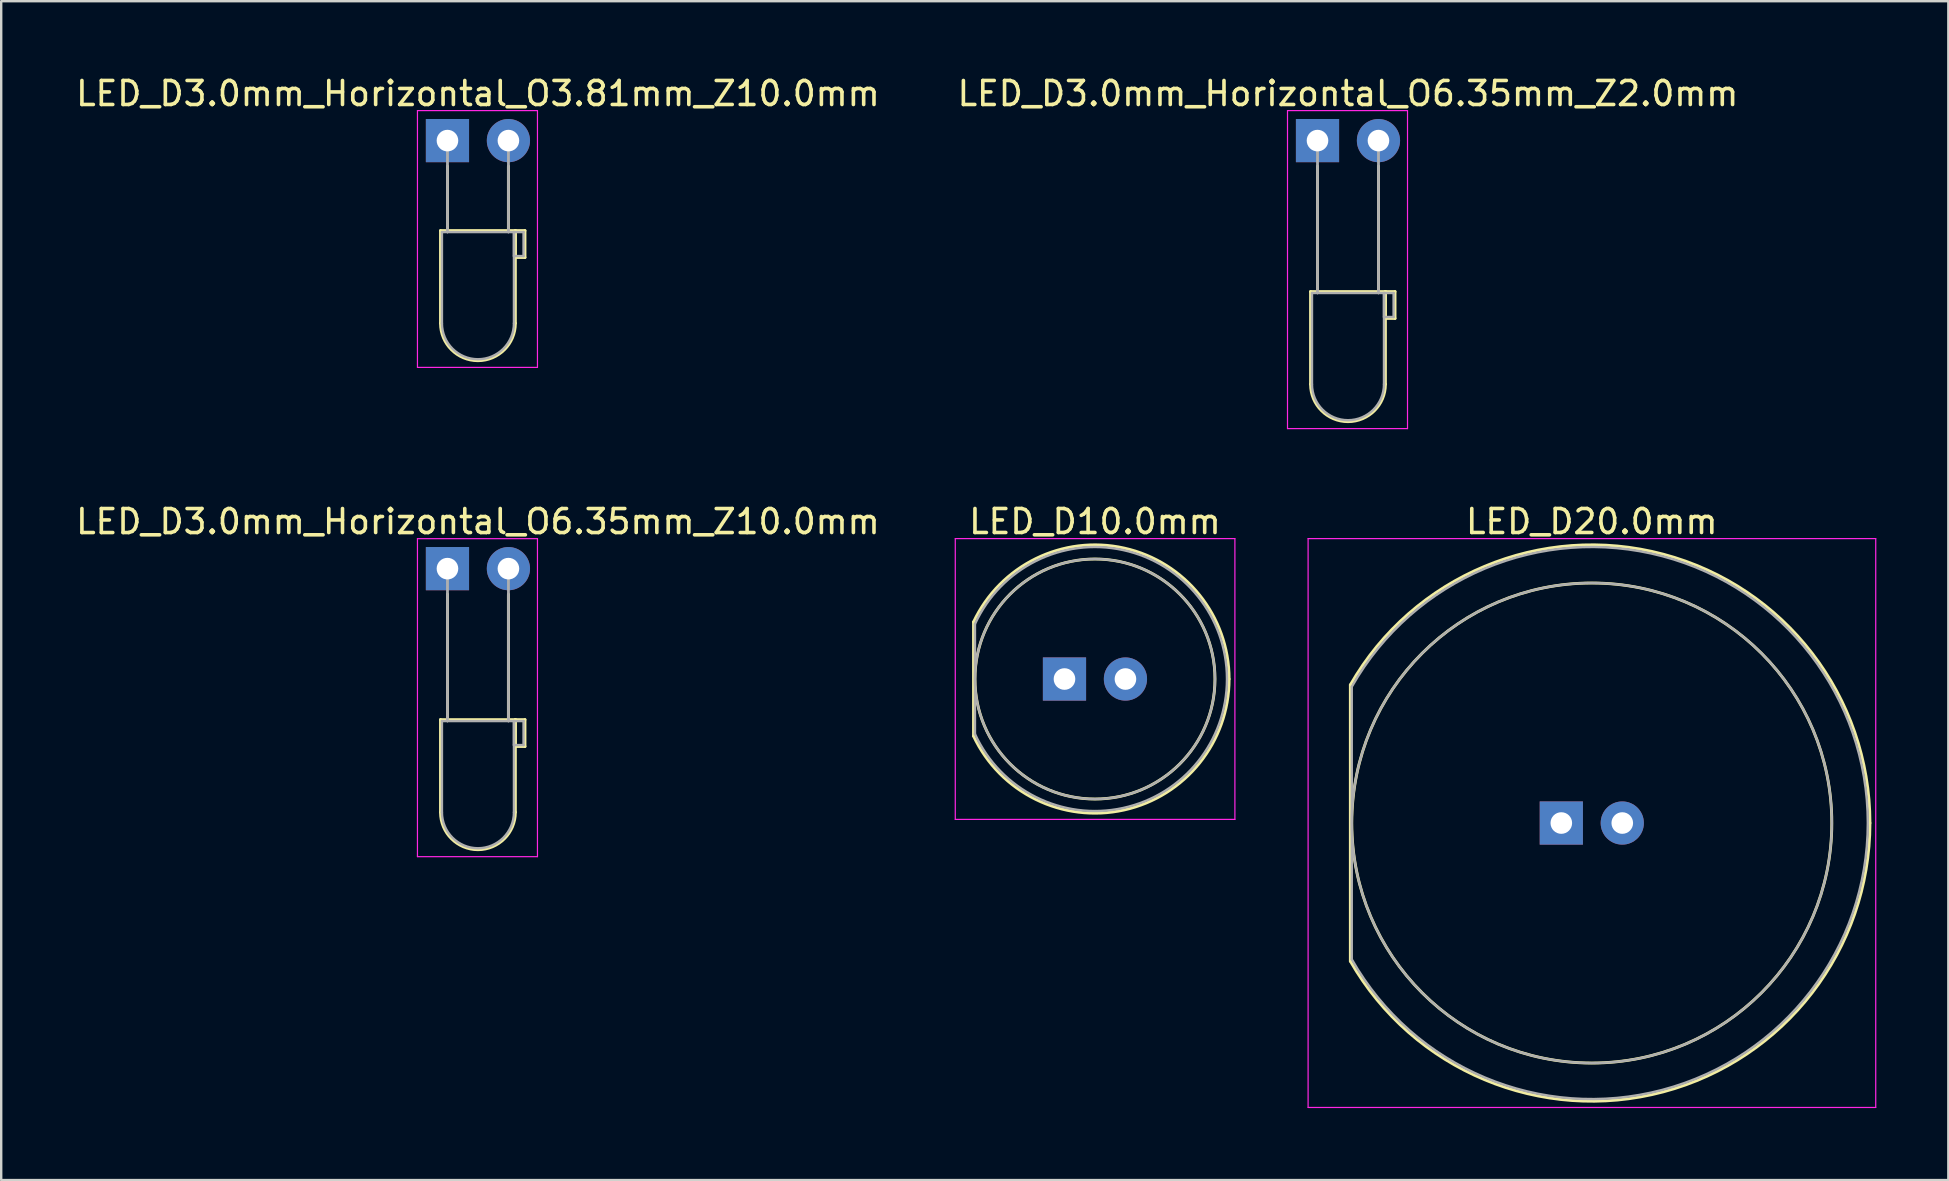
<source format=kicad_pcb>
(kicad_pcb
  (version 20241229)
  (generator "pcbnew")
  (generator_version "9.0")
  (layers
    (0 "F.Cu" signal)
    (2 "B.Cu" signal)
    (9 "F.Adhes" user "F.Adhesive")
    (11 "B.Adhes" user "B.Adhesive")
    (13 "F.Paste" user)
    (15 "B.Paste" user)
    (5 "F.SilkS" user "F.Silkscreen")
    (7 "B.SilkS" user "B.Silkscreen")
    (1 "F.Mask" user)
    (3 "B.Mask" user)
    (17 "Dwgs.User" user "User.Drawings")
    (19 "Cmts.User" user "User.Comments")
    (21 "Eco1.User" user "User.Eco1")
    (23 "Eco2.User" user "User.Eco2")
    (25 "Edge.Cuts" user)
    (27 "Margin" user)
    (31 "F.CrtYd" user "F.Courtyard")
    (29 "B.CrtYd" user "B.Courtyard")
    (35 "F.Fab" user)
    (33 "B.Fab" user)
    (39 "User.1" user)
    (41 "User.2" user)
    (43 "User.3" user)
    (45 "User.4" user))
  (footprint "LED_D20.0mm"
    (layer "F.Cu")
    (at 62.001 31.241)
    (property "Reference" "LED_D20.0mm" (at 1.27 -12.56 0) (layer "F.SilkS") (effects (font (size 1 1) (thickness 0.15))))
    (attr through_hole)
    (fp_line (start -8.79 -5.756) (end -8.79 5.756) (stroke (width 0.12) (type solid)) (layer "F.SilkS"))
    (fp_arc (start -8.79 -5.755389) (mid 4.245115 -11.201643) (end 12.859999 -0.00523) (stroke (width 0.12) (type solid)) (layer "F.SilkS"))
    (fp_arc (start 12.859999 0.00523) (mid 4.245115 11.201643) (end -8.79 5.755389) (stroke (width 0.12) (type solid)) (layer "F.SilkS"))
    (fp_circle (center 1.27 0) (end 11.27 0) (stroke (width 0.12) (type solid)) (fill no) (layer "F.SilkS"))
    (fp_line (start -10.55 -11.85) (end -10.55 11.85) (stroke (width 0.05) (type solid)) (layer "F.CrtYd"))
    (fp_line (start -10.55 11.85) (end 13.1 11.85) (stroke (width 0.05) (type solid)) (layer "F.CrtYd"))
    (fp_line (start 13.1 -11.85) (end -10.55 -11.85) (stroke (width 0.05) (type solid)) (layer "F.CrtYd"))
    (fp_line (start 13.1 11.85) (end 13.1 -11.85) (stroke (width 0.05) (type solid)) (layer "F.CrtYd"))
    (fp_line (start -8.73 -5.679) (end -8.73 5.679) (stroke (width 0.1) (type solid)) (layer "F.Fab"))
    (fp_arc (start -8.73 -5.678908) (mid 12.77 -0.001637) (end -8.728383 5.681755) (stroke (width 0.1) (type solid)) (layer "F.Fab"))
    (fp_circle (center 1.27 0) (end 11.27 0) (stroke (width 0.1) (type solid)) (fill no) (layer "F.Fab"))
    (pad "1" thru_hole rect (at 0 0) (size 1.8 1.8) (drill 0.9) (layers "*.Cu" "*.Mask"))
    (pad "2" thru_hole circle (at 2.54 0) (size 1.8 1.8) (drill 0.9) (layers "*.Cu" "*.Mask")))
  (footprint "LED_D3.0mm_Horizontal_O6.35mm_Z10.0mm"
    (layer "F.Cu")
    (at 15.593 20.642)
    (property "Reference" "LED_D3.0mm_Horizontal_O6.35mm_Z10.0mm" (at 1.27 -1.96 0) (layer "F.SilkS") (effects (font (size 1 1) (thickness 0.15))))
    (attr through_hole)
    (fp_line (start -0.29 6.29) (end -0.29 10.15) (stroke (width 0.12) (type solid)) (layer "F.SilkS"))
    (fp_line (start -0.29 6.29) (end 2.83 6.29) (stroke (width 0.12) (type solid)) (layer "F.SilkS"))
    (fp_line (start 0 1.08) (end 0 1.08) (stroke (width 0.12) (type solid)) (layer "F.SilkS"))
    (fp_line (start 0 1.08) (end 0 6.29) (stroke (width 0.12) (type solid)) (layer "F.SilkS"))
    (fp_line (start 0 6.29) (end 0 1.08) (stroke (width 0.12) (type solid)) (layer "F.SilkS"))
    (fp_line (start 0 6.29) (end 0 6.29) (stroke (width 0.12) (type solid)) (layer "F.SilkS"))
    (fp_line (start 2.54 1.08) (end 2.54 1.08) (stroke (width 0.12) (type solid)) (layer "F.SilkS"))
    (fp_line (start 2.54 1.08) (end 2.54 6.29) (stroke (width 0.12) (type solid)) (layer "F.SilkS"))
    (fp_line (start 2.54 6.29) (end 2.54 1.08) (stroke (width 0.12) (type solid)) (layer "F.SilkS"))
    (fp_line (start 2.54 6.29) (end 2.54 6.29) (stroke (width 0.12) (type solid)) (layer "F.SilkS"))
    (fp_line (start 2.83 6.29) (end 2.83 10.15) (stroke (width 0.12) (type solid)) (layer "F.SilkS"))
    (fp_line (start 2.83 6.29) (end 3.23 6.29) (stroke (width 0.12) (type solid)) (layer "F.SilkS"))
    (fp_line (start 2.83 7.41) (end 2.83 6.29) (stroke (width 0.12) (type solid)) (layer "F.SilkS"))
    (fp_line (start 3.23 6.29) (end 3.23 7.41) (stroke (width 0.12) (type solid)) (layer "F.SilkS"))
    (fp_line (start 3.23 7.41) (end 2.83 7.41) (stroke (width 0.12) (type solid)) (layer "F.SilkS"))
    (fp_arc (start 2.83 10.15) (mid 1.27 11.71) (end -0.29 10.15) (stroke (width 0.12) (type solid)) (layer "F.SilkS"))
    (fp_line (start -1.25 -1.25) (end -1.25 12) (stroke (width 0.05) (type solid)) (layer "F.CrtYd"))
    (fp_line (start -1.25 12) (end 3.75 12) (stroke (width 0.05) (type solid)) (layer "F.CrtYd"))
    (fp_line (start 3.75 -1.25) (end -1.25 -1.25) (stroke (width 0.05) (type solid)) (layer "F.CrtYd"))
    (fp_line (start 3.75 12) (end 3.75 -1.25) (stroke (width 0.05) (type solid)) (layer "F.CrtYd"))
    (fp_line (start -0.23 6.35) (end -0.23 10.15) (stroke (width 0.1) (type solid)) (layer "F.Fab"))
    (fp_line (start -0.23 6.35) (end 2.77 6.35) (stroke (width 0.1) (type solid)) (layer "F.Fab"))
    (fp_line (start 0 0) (end 0 0) (stroke (width 0.1) (type solid)) (layer "F.Fab"))
    (fp_line (start 0 0) (end 0 6.35) (stroke (width 0.1) (type solid)) (layer "F.Fab"))
    (fp_line (start 0 6.35) (end 0 0) (stroke (width 0.1) (type solid)) (layer "F.Fab"))
    (fp_line (start 0 6.35) (end 0 6.35) (stroke (width 0.1) (type solid)) (layer "F.Fab"))
    (fp_line (start 2.54 0) (end 2.54 0) (stroke (width 0.1) (type solid)) (layer "F.Fab"))
    (fp_line (start 2.54 0) (end 2.54 6.35) (stroke (width 0.1) (type solid)) (layer "F.Fab"))
    (fp_line (start 2.54 6.35) (end 2.54 0) (stroke (width 0.1) (type solid)) (layer "F.Fab"))
    (fp_line (start 2.54 6.35) (end 2.54 6.35) (stroke (width 0.1) (type solid)) (layer "F.Fab"))
    (fp_line (start 2.77 6.35) (end 2.77 10.15) (stroke (width 0.1) (type solid)) (layer "F.Fab"))
    (fp_line (start 2.77 6.35) (end 3.17 6.35) (stroke (width 0.1) (type solid)) (layer "F.Fab"))
    (fp_line (start 2.77 7.35) (end 2.77 6.35) (stroke (width 0.1) (type solid)) (layer "F.Fab"))
    (fp_line (start 3.17 6.35) (end 3.17 7.35) (stroke (width 0.1) (type solid)) (layer "F.Fab"))
    (fp_line (start 3.17 7.35) (end 2.77 7.35) (stroke (width 0.1) (type solid)) (layer "F.Fab"))
    (fp_arc (start 2.77 10.15) (mid 1.27 11.65) (end -0.23 10.15) (stroke (width 0.1) (type solid)) (layer "F.Fab"))
    (pad "1" thru_hole rect (at 0 0) (size 1.8 1.8) (drill 0.9) (layers "*.Cu" "*.Mask"))
    (pad "2" thru_hole circle (at 2.54 0) (size 1.8 1.8) (drill 0.9) (layers "*.Cu" "*.Mask")))
  (footprint "LED_D3.0mm_Horizontal_O6.35mm_Z2.0mm"
    (layer "F.Cu")
    (at 51.843 2.808)
    (property "Reference" "LED_D3.0mm_Horizontal_O6.35mm_Z2.0mm" (at 1.27 -1.96 0) (layer "F.SilkS") (effects (font (size 1 1) (thickness 0.15))))
    (attr through_hole)
    (fp_line (start -0.29 6.29) (end -0.29 10.15) (stroke (width 0.12) (type solid)) (layer "F.SilkS"))
    (fp_line (start -0.29 6.29) (end 2.83 6.29) (stroke (width 0.12) (type solid)) (layer "F.SilkS"))
    (fp_line (start 0 1.08) (end 0 1.08) (stroke (width 0.12) (type solid)) (layer "F.SilkS"))
    (fp_line (start 0 1.08) (end 0 6.29) (stroke (width 0.12) (type solid)) (layer "F.SilkS"))
    (fp_line (start 0 6.29) (end 0 1.08) (stroke (width 0.12) (type solid)) (layer "F.SilkS"))
    (fp_line (start 0 6.29) (end 0 6.29) (stroke (width 0.12) (type solid)) (layer "F.SilkS"))
    (fp_line (start 2.54 1.08) (end 2.54 1.08) (stroke (width 0.12) (type solid)) (layer "F.SilkS"))
    (fp_line (start 2.54 1.08) (end 2.54 6.29) (stroke (width 0.12) (type solid)) (layer "F.SilkS"))
    (fp_line (start 2.54 6.29) (end 2.54 1.08) (stroke (width 0.12) (type solid)) (layer "F.SilkS"))
    (fp_line (start 2.54 6.29) (end 2.54 6.29) (stroke (width 0.12) (type solid)) (layer "F.SilkS"))
    (fp_line (start 2.83 6.29) (end 2.83 10.15) (stroke (width 0.12) (type solid)) (layer "F.SilkS"))
    (fp_line (start 2.83 6.29) (end 3.23 6.29) (stroke (width 0.12) (type solid)) (layer "F.SilkS"))
    (fp_line (start 2.83 7.41) (end 2.83 6.29) (stroke (width 0.12) (type solid)) (layer "F.SilkS"))
    (fp_line (start 3.23 6.29) (end 3.23 7.41) (stroke (width 0.12) (type solid)) (layer "F.SilkS"))
    (fp_line (start 3.23 7.41) (end 2.83 7.41) (stroke (width 0.12) (type solid)) (layer "F.SilkS"))
    (fp_arc (start 2.83 10.15) (mid 1.27 11.71) (end -0.29 10.15) (stroke (width 0.12) (type solid)) (layer "F.SilkS"))
    (fp_line (start -1.25 -1.25) (end -1.25 12) (stroke (width 0.05) (type solid)) (layer "F.CrtYd"))
    (fp_line (start -1.25 12) (end 3.75 12) (stroke (width 0.05) (type solid)) (layer "F.CrtYd"))
    (fp_line (start 3.75 -1.25) (end -1.25 -1.25) (stroke (width 0.05) (type solid)) (layer "F.CrtYd"))
    (fp_line (start 3.75 12) (end 3.75 -1.25) (stroke (width 0.05) (type solid)) (layer "F.CrtYd"))
    (fp_line (start -0.23 6.35) (end -0.23 10.15) (stroke (width 0.1) (type solid)) (layer "F.Fab"))
    (fp_line (start -0.23 6.35) (end 2.77 6.35) (stroke (width 0.1) (type solid)) (layer "F.Fab"))
    (fp_line (start 0 0) (end 0 0) (stroke (width 0.1) (type solid)) (layer "F.Fab"))
    (fp_line (start 0 0) (end 0 6.35) (stroke (width 0.1) (type solid)) (layer "F.Fab"))
    (fp_line (start 0 6.35) (end 0 0) (stroke (width 0.1) (type solid)) (layer "F.Fab"))
    (fp_line (start 0 6.35) (end 0 6.35) (stroke (width 0.1) (type solid)) (layer "F.Fab"))
    (fp_line (start 2.54 0) (end 2.54 0) (stroke (width 0.1) (type solid)) (layer "F.Fab"))
    (fp_line (start 2.54 0) (end 2.54 6.35) (stroke (width 0.1) (type solid)) (layer "F.Fab"))
    (fp_line (start 2.54 6.35) (end 2.54 0) (stroke (width 0.1) (type solid)) (layer "F.Fab"))
    (fp_line (start 2.54 6.35) (end 2.54 6.35) (stroke (width 0.1) (type solid)) (layer "F.Fab"))
    (fp_line (start 2.77 6.35) (end 2.77 10.15) (stroke (width 0.1) (type solid)) (layer "F.Fab"))
    (fp_line (start 2.77 6.35) (end 3.17 6.35) (stroke (width 0.1) (type solid)) (layer "F.Fab"))
    (fp_line (start 2.77 7.35) (end 2.77 6.35) (stroke (width 0.1) (type solid)) (layer "F.Fab"))
    (fp_line (start 3.17 6.35) (end 3.17 7.35) (stroke (width 0.1) (type solid)) (layer "F.Fab"))
    (fp_line (start 3.17 7.35) (end 2.77 7.35) (stroke (width 0.1) (type solid)) (layer "F.Fab"))
    (fp_arc (start 2.77 10.15) (mid 1.27 11.65) (end -0.23 10.15) (stroke (width 0.1) (type solid)) (layer "F.Fab"))
    (pad "1" thru_hole rect (at 0 0) (size 1.8 1.8) (drill 0.9) (layers "*.Cu" "*.Mask"))
    (pad "2" thru_hole circle (at 2.54 0) (size 1.8 1.8) (drill 0.9) (layers "*.Cu" "*.Mask")))
  (footprint "LED_D3.0mm_Horizontal_O3.81mm_Z10.0mm"
    (layer "F.Cu")
    (at 15.593 2.808)
    (property "Reference" "LED_D3.0mm_Horizontal_O3.81mm_Z10.0mm" (at 1.27 -1.96 0) (layer "F.SilkS") (effects (font (size 1 1) (thickness 0.15))))
    (attr through_hole)
    (fp_line (start -0.29 3.75) (end -0.29 7.61) (stroke (width 0.12) (type solid)) (layer "F.SilkS"))
    (fp_line (start -0.29 3.75) (end 2.83 3.75) (stroke (width 0.12) (type solid)) (layer "F.SilkS"))
    (fp_line (start 0 1.08) (end 0 1.08) (stroke (width 0.12) (type solid)) (layer "F.SilkS"))
    (fp_line (start 0 1.08) (end 0 3.75) (stroke (width 0.12) (type solid)) (layer "F.SilkS"))
    (fp_line (start 0 3.75) (end 0 1.08) (stroke (width 0.12) (type solid)) (layer "F.SilkS"))
    (fp_line (start 0 3.75) (end 0 3.75) (stroke (width 0.12) (type solid)) (layer "F.SilkS"))
    (fp_line (start 2.54 1.08) (end 2.54 1.08) (stroke (width 0.12) (type solid)) (layer "F.SilkS"))
    (fp_line (start 2.54 1.08) (end 2.54 3.75) (stroke (width 0.12) (type solid)) (layer "F.SilkS"))
    (fp_line (start 2.54 3.75) (end 2.54 1.08) (stroke (width 0.12) (type solid)) (layer "F.SilkS"))
    (fp_line (start 2.54 3.75) (end 2.54 3.75) (stroke (width 0.12) (type solid)) (layer "F.SilkS"))
    (fp_line (start 2.83 3.75) (end 2.83 7.61) (stroke (width 0.12) (type solid)) (layer "F.SilkS"))
    (fp_line (start 2.83 3.75) (end 3.23 3.75) (stroke (width 0.12) (type solid)) (layer "F.SilkS"))
    (fp_line (start 2.83 4.87) (end 2.83 3.75) (stroke (width 0.12) (type solid)) (layer "F.SilkS"))
    (fp_line (start 3.23 3.75) (end 3.23 4.87) (stroke (width 0.12) (type solid)) (layer "F.SilkS"))
    (fp_line (start 3.23 4.87) (end 2.83 4.87) (stroke (width 0.12) (type solid)) (layer "F.SilkS"))
    (fp_arc (start 2.83 7.61) (mid 1.27 9.17) (end -0.29 7.61) (stroke (width 0.12) (type solid)) (layer "F.SilkS"))
    (fp_line (start -1.25 -1.25) (end -1.25 9.45) (stroke (width 0.05) (type solid)) (layer "F.CrtYd"))
    (fp_line (start -1.25 9.45) (end 3.75 9.45) (stroke (width 0.05) (type solid)) (layer "F.CrtYd"))
    (fp_line (start 3.75 -1.25) (end -1.25 -1.25) (stroke (width 0.05) (type solid)) (layer "F.CrtYd"))
    (fp_line (start 3.75 9.45) (end 3.75 -1.25) (stroke (width 0.05) (type solid)) (layer "F.CrtYd"))
    (fp_line (start -0.23 3.81) (end -0.23 7.61) (stroke (width 0.1) (type solid)) (layer "F.Fab"))
    (fp_line (start -0.23 3.81) (end 2.77 3.81) (stroke (width 0.1) (type solid)) (layer "F.Fab"))
    (fp_line (start 0 0) (end 0 0) (stroke (width 0.1) (type solid)) (layer "F.Fab"))
    (fp_line (start 0 0) (end 0 3.81) (stroke (width 0.1) (type solid)) (layer "F.Fab"))
    (fp_line (start 0 3.81) (end 0 0) (stroke (width 0.1) (type solid)) (layer "F.Fab"))
    (fp_line (start 0 3.81) (end 0 3.81) (stroke (width 0.1) (type solid)) (layer "F.Fab"))
    (fp_line (start 2.54 0) (end 2.54 0) (stroke (width 0.1) (type solid)) (layer "F.Fab"))
    (fp_line (start 2.54 0) (end 2.54 3.81) (stroke (width 0.1) (type solid)) (layer "F.Fab"))
    (fp_line (start 2.54 3.81) (end 2.54 0) (stroke (width 0.1) (type solid)) (layer "F.Fab"))
    (fp_line (start 2.54 3.81) (end 2.54 3.81) (stroke (width 0.1) (type solid)) (layer "F.Fab"))
    (fp_line (start 2.77 3.81) (end 2.77 7.61) (stroke (width 0.1) (type solid)) (layer "F.Fab"))
    (fp_line (start 2.77 3.81) (end 3.17 3.81) (stroke (width 0.1) (type solid)) (layer "F.Fab"))
    (fp_line (start 2.77 4.81) (end 2.77 3.81) (stroke (width 0.1) (type solid)) (layer "F.Fab"))
    (fp_line (start 3.17 3.81) (end 3.17 4.81) (stroke (width 0.1) (type solid)) (layer "F.Fab"))
    (fp_line (start 3.17 4.81) (end 2.77 4.81) (stroke (width 0.1) (type solid)) (layer "F.Fab"))
    (fp_arc (start 2.77 7.61) (mid 1.27 9.11) (end -0.23 7.61) (stroke (width 0.1) (type solid)) (layer "F.Fab"))
    (pad "1" thru_hole rect (at 0 0) (size 1.8 1.8) (drill 0.9) (layers "*.Cu" "*.Mask"))
    (pad "2" thru_hole circle (at 2.54 0) (size 1.8 1.8) (drill 0.9) (layers "*.Cu" "*.Mask")))
  (footprint "LED_D10.0mm"
    (layer "F.Cu")
    (at 41.301 25.241)
    (property "Reference" "LED_D10.0mm" (at 1.27 -6.56 0) (layer "F.SilkS") (effects (font (size 1 1) (thickness 0.15))))
    (attr through_hole)
    (fp_line (start -3.79 -2.376) (end -3.79 2.376) (stroke (width 0.12) (type solid)) (layer "F.SilkS"))
    (fp_arc (start -3.79 -2.375816) (mid 2.484794 -5.456407) (end 6.859998 -0.004741) (stroke (width 0.12) (type solid)) (layer "F.SilkS"))
    (fp_arc (start 6.859998 0.004741) (mid 2.484794 5.456407) (end -3.79 2.375816) (stroke (width 0.12) (type solid)) (layer "F.SilkS"))
    (fp_circle (center 1.27 0) (end 6.27 0) (stroke (width 0.12) (type solid)) (fill no) (layer "F.SilkS"))
    (fp_line (start -4.55 -5.85) (end -4.55 5.85) (stroke (width 0.05) (type solid)) (layer "F.CrtYd"))
    (fp_line (start -4.55 5.85) (end 7.1 5.85) (stroke (width 0.05) (type solid)) (layer "F.CrtYd"))
    (fp_line (start 7.1 -5.85) (end -4.55 -5.85) (stroke (width 0.05) (type solid)) (layer "F.CrtYd"))
    (fp_line (start 7.1 5.85) (end 7.1 -5.85) (stroke (width 0.05) (type solid)) (layer "F.CrtYd"))
    (fp_line (start -3.73 -2.291) (end -3.73 2.291) (stroke (width 0.1) (type solid)) (layer "F.Fab"))
    (fp_arc (start -3.73 -2.291288) (mid 6.77 0.001918) (end -3.731597 2.2878) (stroke (width 0.1) (type solid)) (layer "F.Fab"))
    (fp_circle (center 1.27 0) (end 6.27 0) (stroke (width 0.1) (type solid)) (fill no) (layer "F.Fab"))
    (pad "1" thru_hole rect (at 0 0) (size 1.8 1.8) (drill 0.9) (layers "*.Cu" "*.Mask"))
    (pad "2" thru_hole circle (at 2.54 0) (size 1.8 1.8) (drill 0.9) (layers "*.Cu" "*.Mask")))
  (gr_rect
    (start -3 -3)
    (end 78.126 46.117)
    (stroke (width 0.1) (type default))
    (fill no)
    (layer "Edge.Cuts")))
</source>
